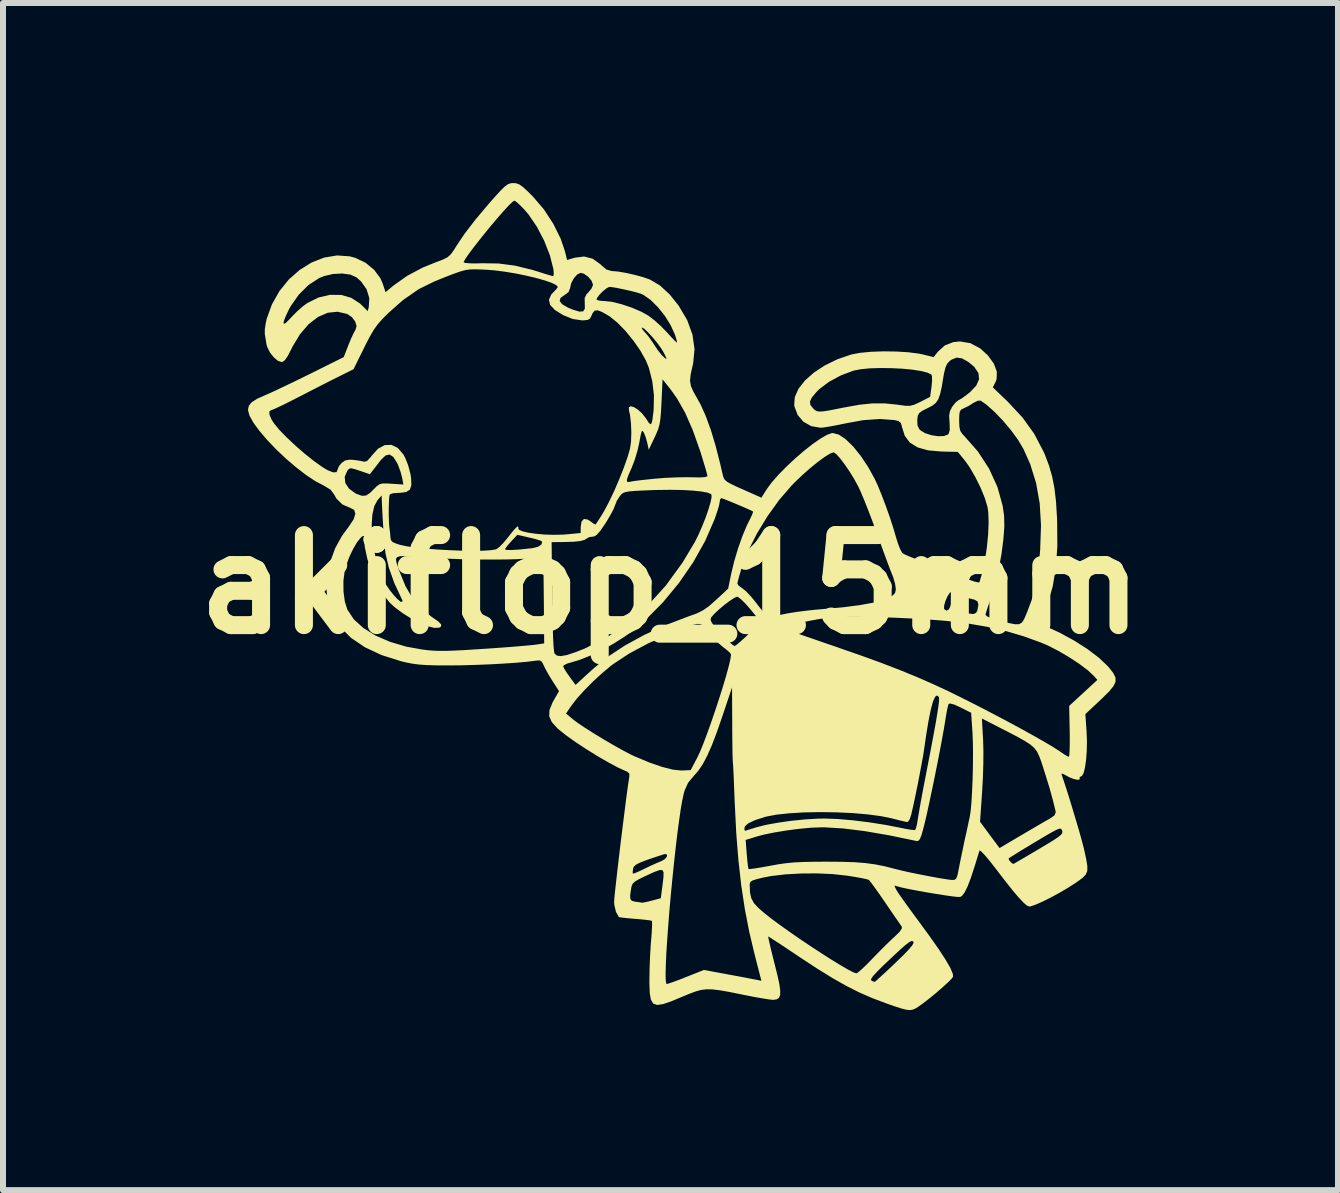
<source format=kicad_pcb>
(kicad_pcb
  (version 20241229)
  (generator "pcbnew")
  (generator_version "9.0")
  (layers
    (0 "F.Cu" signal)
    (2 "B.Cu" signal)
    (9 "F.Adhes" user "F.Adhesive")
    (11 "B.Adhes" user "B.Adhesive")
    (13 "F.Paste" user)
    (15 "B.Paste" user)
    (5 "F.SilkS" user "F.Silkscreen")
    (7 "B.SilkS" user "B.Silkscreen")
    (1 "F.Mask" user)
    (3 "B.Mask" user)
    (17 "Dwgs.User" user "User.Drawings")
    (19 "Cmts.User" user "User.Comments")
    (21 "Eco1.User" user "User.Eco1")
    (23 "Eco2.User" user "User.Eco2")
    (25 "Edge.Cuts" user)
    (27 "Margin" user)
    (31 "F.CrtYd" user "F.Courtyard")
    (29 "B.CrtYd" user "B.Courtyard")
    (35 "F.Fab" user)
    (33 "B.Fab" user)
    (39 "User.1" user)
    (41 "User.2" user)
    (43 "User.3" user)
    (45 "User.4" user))
  (footprint "akiflop_15mm"
    (layer "F.Cu")
    (at 8.121 6.687)
    (property "Reference" "akiflop_15mm" (at 0 0 0) (layer "F.SilkS") (effects (font (size 1.5 1.5) (thickness 0.3))))
    (attr board_only exclude_from_pos_files exclude_from_bom)
    (fp_poly (pts (xy -2.565 -6.682) (xy -2.515 -6.662) (xy -2.456 -6.62) (xy -2.378 -6.548) (xy -2.288 -6.458) (xy -2.108 -6.247) (xy -1.952 -6.008) (xy -1.829 -5.76) (xy -1.759 -5.553) (xy -1.722 -5.405) (xy -1.596 -5.443) (xy -1.439 -5.463) (xy -1.295 -5.426) (xy -1.165 -5.332) (xy -1.154 -5.32) (xy -1.065 -5.246) (xy -0.98 -5.221) (xy -0.972 -5.221) (xy -0.868 -5.212) (xy -0.731 -5.188) (xy -0.583 -5.154) (xy -0.445 -5.116) (xy -0.339 -5.078) (xy -0.174 -4.98) (xy -0.013 -4.831) (xy 0.136 -4.645) (xy 0.278 -4.405) (xy 0.367 -4.161) (xy 0.401 -3.919) (xy 0.378 -3.683) (xy 0.37 -3.647) (xy 0.337 -3.502) (xy 0.326 -3.394) (xy 0.341 -3.304) (xy 0.381 -3.213) (xy 0.405 -3.171) (xy 0.503 -2.995) (xy 0.591 -2.797) (xy 0.674 -2.569) (xy 0.754 -2.303) (xy 0.833 -1.991) (xy 0.869 -1.835) (xy 0.882 -1.785) (xy 0.902 -1.747) (xy 0.939 -1.713) (xy 1.003 -1.676) (xy 1.103 -1.628) (xy 1.205 -1.583) (xy 1.515 -1.445) (xy 1.6 -1.58) (xy 1.683 -1.694) (xy 1.795 -1.822) (xy 1.927 -1.957) (xy 2.071 -2.092) (xy 2.22 -2.221) (xy 2.364 -2.335) (xy 2.496 -2.427) (xy 2.608 -2.492) (xy 2.69 -2.521) (xy 2.704 -2.522) (xy 2.804 -2.496) (xy 2.918 -2.42) (xy 3.042 -2.3) (xy 3.169 -2.143) (xy 3.294 -1.955) (xy 3.402 -1.76) (xy 3.457 -1.641) (xy 3.522 -1.481) (xy 3.591 -1.299) (xy 3.658 -1.109) (xy 3.716 -0.929) (xy 3.756 -0.793) (xy 3.791 -0.679) (xy 3.828 -0.585) (xy 3.861 -0.527) (xy 3.867 -0.52) (xy 3.916 -0.493) (xy 4.005 -0.455) (xy 4.118 -0.413) (xy 4.165 -0.397) (xy 4.293 -0.352) (xy 4.453 -0.291) (xy 4.625 -0.222) (xy 4.775 -0.159) (xy 4.945 -0.089) (xy 5.064 -0.047) (xy 5.132 -0.032) (xy 5.149 -0.039) (xy 5.198 -0.206) (xy 5.24 -0.404) (xy 5.272 -0.618) (xy 5.293 -0.833) (xy 5.301 -1.032) (xy 5.295 -1.201) (xy 5.283 -1.288) (xy 5.238 -1.438) (xy 5.166 -1.614) (xy 5.077 -1.793) (xy 4.982 -1.956) (xy 4.905 -2.064) (xy 4.788 -2.207) (xy 4.512 -2.214) (xy 4.29 -2.234) (xy 4.117 -2.283) (xy 3.989 -2.362) (xy 3.904 -2.475) (xy 3.86 -2.614) (xy 3.84 -2.686) (xy 3.803 -2.721) (xy 3.732 -2.738) (xy 3.704 -2.74) (xy 4.112 -2.74) (xy 4.116 -2.646) (xy 4.149 -2.582) (xy 4.162 -2.569) (xy 4.242 -2.52) (xy 4.346 -2.486) (xy 4.457 -2.469) (xy 4.556 -2.472) (xy 4.624 -2.497) (xy 4.633 -2.506) (xy 4.654 -2.573) (xy 4.651 -2.691) (xy 4.65 -2.704) (xy 4.648 -2.73) (xy 4.81 -2.73) (xy 4.814 -2.626) (xy 4.829 -2.558) (xy 4.864 -2.505) (xy 4.895 -2.473) (xy 5.123 -2.214) (xy 5.309 -1.928) (xy 5.448 -1.623) (xy 5.535 -1.309) (xy 5.559 -1.144) (xy 5.563 -0.967) (xy 5.547 -0.751) (xy 5.516 -0.51) (xy 5.47 -0.259) (xy 5.413 -0.013) (xy 5.346 0.212) (xy 5.309 0.316) (xy 5.277 0.407) (xy 5.255 0.48) (xy 5.25 0.508) (xy 5.278 0.534) (xy 5.355 0.567) (xy 5.474 0.602) (xy 5.492 0.607) (xy 5.639 0.644) (xy 5.741 0.664) (xy 5.809 0.663) (xy 5.855 0.637) (xy 5.891 0.582) (xy 5.93 0.493) (xy 5.948 0.447) (xy 6.016 0.267) (xy 6.068 0.092) (xy 6.106 -0.092) (xy 6.136 -0.303) (xy 6.158 -0.556) (xy 6.16 -0.576) (xy 6.174 -0.983) (xy 6.152 -1.351) (xy 6.092 -1.688) (xy 5.994 -2.004) (xy 5.882 -2.255) (xy 5.794 -2.404) (xy 5.677 -2.565) (xy 5.542 -2.726) (xy 5.401 -2.873) (xy 5.267 -2.993) (xy 5.169 -3.062) (xy 5.122 -3.061) (xy 5.055 -3.028) (xy 5.048 -3.024) (xy 4.966 -2.972) (xy 4.887 -2.934) (xy 4.844 -2.913) (xy 4.821 -2.88) (xy 4.812 -2.819) (xy 4.81 -2.73) (xy 4.648 -2.73) (xy 4.643 -2.81) (xy 4.657 -2.887) (xy 4.692 -2.956) (xy 4.744 -3.024) (xy 4.795 -3.067) (xy 4.803 -3.071) (xy 4.853 -3.099) (xy 4.928 -3.153) (xy 4.99 -3.202) (xy 5.095 -3.312) (xy 5.142 -3.418) (xy 5.131 -3.523) (xy 5.06 -3.626) (xy 4.965 -3.705) (xy 4.857 -3.766) (xy 4.769 -3.779) (xy 4.685 -3.746) (xy 4.655 -3.725) (xy 4.612 -3.679) (xy 4.581 -3.613) (xy 4.557 -3.512) (xy 4.547 -3.454) (xy 4.519 -3.286) (xy 4.492 -3.167) (xy 4.462 -3.083) (xy 4.422 -3.025) (xy 4.368 -2.981) (xy 4.293 -2.941) (xy 4.284 -2.937) (xy 4.193 -2.891) (xy 4.144 -2.853) (xy 4.121 -2.809) (xy 4.112 -2.742) (xy 4.112 -2.74) (xy 3.704 -2.74) (xy 3.489 -2.756) (xy 3.208 -2.736) (xy 2.919 -2.683) (xy 2.778 -2.654) (xy 2.649 -2.63) (xy 2.549 -2.614) (xy 2.5 -2.61) (xy 2.345 -2.637) (xy 2.214 -2.711) (xy 2.118 -2.825) (xy 2.065 -2.969) (xy 2.062 -2.988) (xy 2.066 -3.048) (xy 2.324 -3.048) (xy 2.331 -2.991) (xy 2.376 -2.933) (xy 2.407 -2.904) (xy 2.441 -2.886) (xy 2.486 -2.879) (xy 2.554 -2.884) (xy 2.653 -2.9) (xy 2.794 -2.928) (xy 2.89 -2.947) (xy 3.145 -2.993) (xy 3.366 -3.016) (xy 3.573 -3.016) (xy 3.784 -2.994) (xy 3.807 -2.991) (xy 3.916 -2.976) (xy 3.992 -2.976) (xy 4.06 -2.993) (xy 4.144 -3.032) (xy 4.165 -3.042) (xy 4.326 -3.124) (xy 4.35 -3.296) (xy 4.359 -3.395) (xy 4.357 -3.468) (xy 4.348 -3.495) (xy 4.286 -3.527) (xy 4.176 -3.555) (xy 4.031 -3.578) (xy 3.862 -3.594) (xy 3.679 -3.603) (xy 3.496 -3.605) (xy 3.323 -3.6) (xy 3.171 -3.585) (xy 3.052 -3.562) (xy 3.048 -3.561) (xy 2.839 -3.482) (xy 2.644 -3.377) (xy 2.484 -3.257) (xy 2.434 -3.208) (xy 2.357 -3.116) (xy 2.324 -3.048) (xy 2.066 -3.048) (xy 2.072 -3.122) (xy 2.134 -3.261) (xy 2.242 -3.398) (xy 2.39 -3.529) (xy 2.571 -3.648) (xy 2.779 -3.75) (xy 3.009 -3.829) (xy 3.024 -3.833) (xy 3.164 -3.859) (xy 3.345 -3.876) (xy 3.549 -3.883) (xy 3.759 -3.88) (xy 3.958 -3.868) (xy 4.128 -3.847) (xy 4.194 -3.834) (xy 4.385 -3.787) (xy 4.453 -3.874) (xy 4.57 -3.981) (xy 4.713 -4.037) (xy 4.825 -4.048) (xy 4.997 -4.019) (xy 5.16 -3.933) (xy 5.287 -3.817) (xy 5.389 -3.677) (xy 5.438 -3.544) (xy 5.434 -3.421) (xy 5.417 -3.375) (xy 5.371 -3.283) (xy 5.62 -3.044) (xy 5.865 -2.781) (xy 6.061 -2.509) (xy 6.215 -2.214) (xy 6.235 -2.17) (xy 6.306 -1.984) (xy 6.359 -1.8) (xy 6.398 -1.603) (xy 6.424 -1.379) (xy 6.44 -1.115) (xy 6.443 -1.041) (xy 6.446 -0.636) (xy 6.421 -0.279) (xy 6.369 0.034) (xy 6.289 0.308) (xy 6.216 0.478) (xy 6.131 0.649) (xy 6.241 0.693) (xy 6.488 0.806) (xy 6.728 0.937) (xy 6.949 1.078) (xy 7.139 1.223) (xy 7.287 1.363) (xy 7.312 1.392) (xy 7.379 1.479) (xy 7.415 1.553) (xy 7.416 1.622) (xy 7.38 1.697) (xy 7.305 1.788) (xy 7.187 1.904) (xy 7.167 1.923) (xy 6.913 2.161) (xy 6.933 2.449) (xy 6.939 2.613) (xy 6.936 2.775) (xy 6.925 2.924) (xy 6.907 3.05) (xy 6.884 3.143) (xy 6.856 3.192) (xy 6.844 3.197) (xy 6.816 3.212) (xy 6.819 3.226) (xy 6.817 3.251) (xy 6.776 3.255) (xy 6.711 3.24) (xy 6.636 3.209) (xy 6.605 3.191) (xy 6.539 3.156) (xy 6.515 3.156) (xy 6.517 3.169) (xy 6.551 3.268) (xy 6.597 3.409) (xy 6.651 3.579) (xy 6.707 3.765) (xy 6.763 3.952) (xy 6.815 4.129) (xy 6.857 4.281) (xy 6.887 4.396) (xy 6.894 4.425) (xy 6.928 4.582) (xy 6.946 4.694) (xy 6.945 4.774) (xy 6.92 4.834) (xy 6.869 4.888) (xy 6.787 4.948) (xy 6.73 4.987) (xy 6.607 5.065) (xy 6.468 5.146) (xy 6.327 5.222) (xy 6.194 5.288) (xy 6.082 5.337) (xy 6.002 5.364) (xy 5.979 5.367) (xy 5.94 5.352) (xy 5.882 5.302) (xy 5.801 5.216) (xy 5.695 5.091) (xy 5.562 4.922) (xy 5.413 4.728) (xy 5.323 4.613) (xy 5.283 4.565) (xy 5.635 4.565) (xy 5.639 4.591) (xy 5.67 4.628) (xy 5.704 4.655) (xy 5.716 4.657) (xy 5.747 4.64) (xy 5.818 4.598) (xy 5.921 4.538) (xy 6.046 4.464) (xy 6.101 4.432) (xy 6.261 4.336) (xy 6.378 4.265) (xy 6.456 4.213) (xy 6.504 4.175) (xy 6.526 4.146) (xy 6.53 4.121) (xy 6.524 4.096) (xy 6.508 4.072) (xy 6.478 4.07) (xy 6.423 4.093) (xy 6.339 4.138) (xy 6.268 4.179) (xy 6.167 4.239) (xy 6.049 4.309) (xy 5.927 4.383) (xy 5.812 4.453) (xy 5.716 4.513) (xy 5.652 4.553) (xy 5.635 4.565) (xy 5.283 4.565) (xy 5.245 4.52) (xy 5.187 4.458) (xy 5.154 4.432) (xy 5.149 4.435) (xy 5.135 4.48) (xy 5.109 4.564) (xy 5.077 4.669) (xy 5.074 4.678) (xy 5.008 4.882) (xy 4.951 5.032) (xy 4.901 5.133) (xy 4.856 5.191) (xy 4.826 5.208) (xy 4.78 5.207) (xy 4.689 5.197) (xy 4.564 5.179) (xy 4.418 5.156) (xy 4.262 5.13) (xy 4.109 5.102) (xy 3.971 5.076) (xy 3.859 5.052) (xy 3.786 5.033) (xy 3.773 5.029) (xy 3.739 5.018) (xy 3.736 5.035) (xy 3.764 5.091) (xy 3.765 5.092) (xy 3.797 5.143) (xy 3.858 5.231) (xy 3.941 5.347) (xy 4.038 5.48) (xy 4.117 5.587) (xy 4.311 5.852) (xy 4.468 6.075) (xy 4.586 6.256) (xy 4.665 6.394) (xy 4.705 6.49) (xy 4.709 6.537) (xy 4.68 6.575) (xy 4.615 6.639) (xy 4.525 6.721) (xy 4.421 6.811) (xy 4.312 6.9) (xy 4.21 6.979) (xy 4.126 7.039) (xy 4.086 7.064) (xy 4.04 7.084) (xy 3.993 7.093) (xy 3.932 7.087) (xy 3.847 7.066) (xy 3.727 7.027) (xy 3.593 6.98) (xy 3.365 6.894) (xy 3.147 6.799) (xy 2.929 6.689) (xy 2.726 6.574) (xy 3.343 6.574) (xy 3.345 6.6) (xy 3.348 6.602) (xy 3.393 6.621) (xy 3.405 6.621) (xy 3.432 6.599) (xy 3.493 6.544) (xy 3.581 6.463) (xy 3.688 6.363) (xy 3.749 6.305) (xy 3.882 6.176) (xy 3.974 6.08) (xy 4.029 6.014) (xy 4.051 5.971) (xy 4.049 5.956) (xy 4.033 5.942) (xy 4.009 5.944) (xy 3.97 5.966) (xy 3.912 6.011) (xy 3.828 6.085) (xy 3.713 6.192) (xy 3.562 6.335) (xy 3.553 6.343) (xy 3.444 6.451) (xy 3.375 6.526) (xy 3.343 6.574) (xy 2.726 6.574) (xy 2.698 6.558) (xy 2.444 6.401) (xy 2.177 6.226) (xy 2.02 6.121) (xy 1.881 6.028) (xy 1.765 5.952) (xy 1.681 5.898) (xy 1.635 5.869) (xy 1.629 5.866) (xy 1.632 5.893) (xy 1.648 5.967) (xy 1.674 6.078) (xy 1.708 6.216) (xy 1.729 6.299) (xy 1.78 6.503) (xy 1.814 6.658) (xy 1.829 6.77) (xy 1.827 6.846) (xy 1.806 6.892) (xy 1.766 6.915) (xy 1.708 6.922) (xy 1.705 6.922) (xy 1.649 6.916) (xy 1.548 6.9) (xy 1.414 6.877) (xy 1.259 6.847) (xy 1.187 6.832) (xy 0.983 6.791) (xy 0.825 6.763) (xy 0.701 6.748) (xy 0.598 6.746) (xy 0.505 6.758) (xy 0.411 6.785) (xy 0.302 6.826) (xy 0.193 6.872) (xy 0.01 6.948) (xy -0.126 6.994) (xy -0.224 7.007) (xy -0.288 6.984) (xy -0.326 6.919) (xy -0.345 6.811) (xy -0.351 6.656) (xy -0.351 6.575) (xy -0.349 6.481) (xy -0.081 6.481) (xy -0.079 6.589) (xy -0.071 6.648) (xy -0.063 6.658) (xy -0.024 6.648) (xy 0.057 6.62) (xy 0.167 6.579) (xy 0.263 6.541) (xy 0.557 6.424) (xy 0.946 6.496) (xy 1.098 6.524) (xy 1.237 6.55) (xy 1.349 6.572) (xy 1.418 6.585) (xy 1.425 6.586) (xy 1.515 6.605) (xy 1.403 6.169) (xy 1.313 5.791) (xy 1.239 5.409) (xy 1.179 5.013) (xy 1.179 5.013) (xy 1.32 5.013) (xy 1.326 5.138) (xy 1.348 5.233) (xy 1.394 5.315) (xy 1.474 5.399) (xy 1.568 5.48) (xy 1.685 5.572) (xy 1.83 5.679) (xy 1.993 5.795) (xy 2.168 5.916) (xy 2.347 6.036) (xy 2.523 6.151) (xy 2.689 6.257) (xy 2.837 6.347) (xy 2.959 6.418) (xy 3.048 6.464) (xy 3.098 6.481) (xy 3.13 6.461) (xy 3.192 6.407) (xy 3.276 6.327) (xy 3.361 6.239) (xy 3.472 6.125) (xy 3.585 6.012) (xy 3.685 5.915) (xy 3.737 5.868) (xy 3.82 5.786) (xy 3.856 5.73) (xy 3.854 5.703) (xy 3.829 5.666) (xy 3.777 5.591) (xy 3.705 5.487) (xy 3.62 5.363) (xy 3.58 5.304) (xy 3.492 5.176) (xy 3.413 5.065) (xy 3.351 4.98) (xy 3.312 4.931) (xy 3.304 4.923) (xy 3.265 4.911) (xy 3.18 4.893) (xy 3.063 4.872) (xy 2.943 4.853) (xy 2.707 4.827) (xy 2.443 4.815) (xy 2.171 4.817) (xy 1.908 4.832) (xy 1.673 4.86) (xy 1.547 4.884) (xy 1.434 4.912) (xy 1.366 4.934) (xy 1.332 4.958) (xy 1.321 4.99) (xy 1.32 5.013) (xy 1.179 5.013) (xy 1.132 4.593) (xy 1.105 4.258) (xy 1.253 4.258) (xy 1.271 4.494) (xy 1.281 4.606) (xy 1.291 4.692) (xy 1.3 4.739) (xy 1.302 4.743) (xy 1.333 4.742) (xy 1.411 4.732) (xy 1.523 4.713) (xy 1.658 4.689) (xy 1.661 4.688) (xy 1.8 4.663) (xy 1.929 4.645) (xy 2.062 4.632) (xy 2.213 4.625) (xy 2.397 4.621) (xy 2.596 4.62) (xy 2.854 4.622) (xy 3.067 4.629) (xy 3.248 4.643) (xy 3.41 4.665) (xy 3.567 4.696) (xy 3.732 4.738) (xy 3.748 4.742) (xy 3.844 4.766) (xy 3.975 4.796) (xy 4.127 4.827) (xy 4.285 4.858) (xy 4.436 4.886) (xy 4.566 4.908) (xy 4.66 4.922) (xy 4.694 4.925) (xy 4.736 4.921) (xy 4.763 4.899) (xy 4.782 4.845) (xy 4.802 4.745) (xy 4.803 4.744) (xy 4.825 4.63) (xy 4.855 4.484) (xy 4.887 4.332) (xy 4.897 4.282) (xy 4.928 4.144) (xy 4.957 4.01) (xy 4.969 3.954) (xy 5.158 3.954) (xy 5.32 4.174) (xy 5.483 4.393) (xy 5.862 4.169) (xy 6.004 4.086) (xy 6.135 4.009) (xy 6.244 3.946) (xy 6.319 3.903) (xy 6.336 3.893) (xy 6.4 3.847) (xy 6.419 3.799) (xy 6.416 3.776) (xy 6.373 3.6) (xy 6.317 3.396) (xy 6.242 3.153) (xy 6.219 3.08) (xy 6.179 2.956) (xy 6.144 2.861) (xy 6.107 2.785) (xy 6.059 2.722) (xy 5.992 2.665) (xy 5.9 2.606) (xy 5.775 2.536) (xy 5.608 2.449) (xy 5.535 2.412) (xy 5.189 2.234) (xy 5.209 2.591) (xy 5.214 2.766) (xy 5.213 2.979) (xy 5.206 3.207) (xy 5.194 3.431) (xy 5.193 3.451) (xy 5.158 3.954) (xy 4.969 3.954) (xy 4.98 3.904) (xy 4.987 3.872) (xy 5.002 3.773) (xy 5.015 3.629) (xy 5.025 3.45) (xy 5.034 3.251) (xy 5.039 3.042) (xy 5.041 2.837) (xy 5.039 2.648) (xy 5.033 2.488) (xy 5.031 2.455) (xy 5.01 2.139) (xy 4.833 2.05) (xy 4.723 2) (xy 4.657 1.984) (xy 4.635 1.993) (xy 4.621 2.036) (xy 4.603 2.121) (xy 4.584 2.232) (xy 4.579 2.267) (xy 4.557 2.398) (xy 4.526 2.571) (xy 4.488 2.774) (xy 4.445 2.996) (xy 4.399 3.225) (xy 4.352 3.45) (xy 4.308 3.659) (xy 4.268 3.842) (xy 4.234 3.986) (xy 4.216 4.057) (xy 4.184 4.171) (xy 4.158 4.239) (xy 4.134 4.27) (xy 4.105 4.276) (xy 4.094 4.274) (xy 3.636 4.179) (xy 3.231 4.11) (xy 2.875 4.066) (xy 2.568 4.048) (xy 2.506 4.048) (xy 2.343 4.054) (xy 2.149 4.072) (xy 1.941 4.099) (xy 1.738 4.132) (xy 1.561 4.168) (xy 1.451 4.197) (xy 1.253 4.258) (xy 1.105 4.258) (xy 1.096 4.139) (xy 1.092 4.063) (xy 1.232 4.063) (xy 1.236 4.101) (xy 1.239 4.106) (xy 1.269 4.098) (xy 1.339 4.076) (xy 1.432 4.047) (xy 1.589 4.007) (xy 1.788 3.971) (xy 2.01 3.939) (xy 2.238 3.916) (xy 2.455 3.903) (xy 2.566 3.901) (xy 2.786 3.909) (xy 3.043 3.931) (xy 3.317 3.965) (xy 3.588 4.008) (xy 3.795 4.048) (xy 3.912 4.072) (xy 4.007 4.088) (xy 4.066 4.093) (xy 4.077 4.092) (xy 4.092 4.057) (xy 4.11 3.984) (xy 4.119 3.924) (xy 4.131 3.85) (xy 4.152 3.729) (xy 4.18 3.572) (xy 4.214 3.39) (xy 4.252 3.193) (xy 4.268 3.109) (xy 4.329 2.795) (xy 4.378 2.535) (xy 4.417 2.324) (xy 4.445 2.158) (xy 4.464 2.035) (xy 4.474 1.949) (xy 4.476 1.897) (xy 4.472 1.876) (xy 4.44 1.85) (xy 4.408 1.875) (xy 4.373 1.953) (xy 4.338 2.085) (xy 4.3 2.271) (xy 4.26 2.514) (xy 4.229 2.728) (xy 4.213 2.835) (xy 4.186 2.984) (xy 4.153 3.159) (xy 4.117 3.345) (xy 4.08 3.527) (xy 4.045 3.69) (xy 4.016 3.817) (xy 4.012 3.835) (xy 3.987 3.91) (xy 3.959 3.954) (xy 3.948 3.959) (xy 3.906 3.952) (xy 3.823 3.933) (xy 3.717 3.906) (xy 3.696 3.9) (xy 3.512 3.862) (xy 3.287 3.832) (xy 3.034 3.81) (xy 2.765 3.798) (xy 2.49 3.794) (xy 2.224 3.799) (xy 1.977 3.814) (xy 1.762 3.837) (xy 1.591 3.87) (xy 1.569 3.876) (xy 1.406 3.929) (xy 1.298 3.98) (xy 1.242 4.029) (xy 1.232 4.063) (xy 1.092 4.063) (xy 1.071 3.638) (xy 1.067 3.549) (xy 1.06 3.374) (xy 1.054 3.218) (xy 1.048 3.09) (xy 1.043 3.002) (xy 1.039 2.962) (xy 1.037 2.921) (xy 1.034 2.83) (xy 1.032 2.7) (xy 1.03 2.539) (xy 1.029 2.358) (xy 1.029 2.317) (xy 1.026 1.716) (xy 0.865 2.196) (xy 0.773 2.462) (xy 0.69 2.679) (xy 0.614 2.852) (xy 0.541 2.991) (xy 0.467 3.101) (xy 0.39 3.19) (xy 0.296 3.302) (xy 0.239 3.426) (xy 0.222 3.484) (xy 0.197 3.598) (xy 0.17 3.752) (xy 0.143 3.941) (xy 0.114 4.158) (xy 0.086 4.397) (xy 0.058 4.652) (xy 0.031 4.915) (xy 0.005 5.182) (xy -0.018 5.444) (xy -0.038 5.697) (xy -0.055 5.934) (xy -0.069 6.147) (xy -0.077 6.332) (xy -0.081 6.481) (xy -0.349 6.481) (xy -0.348 6.397) (xy -0.34 6.199) (xy -0.329 6.013) (xy -0.322 5.926) (xy -0.312 5.799) (xy -0.307 5.694) (xy -0.306 5.626) (xy -0.309 5.606) (xy -0.343 5.598) (xy -0.421 5.588) (xy -0.53 5.577) (xy -0.587 5.573) (xy -0.704 5.563) (xy -0.797 5.553) (xy -0.852 5.544) (xy -0.861 5.541) (xy -0.909 5.454) (xy -0.936 5.337) (xy -0.939 5.286) (xy -0.935 5.232) (xy -0.93 5.177) (xy -0.671 5.177) (xy -0.669 5.239) (xy -0.646 5.271) (xy -0.596 5.285) (xy -0.579 5.288) (xy -0.51 5.297) (xy -0.47 5.303) (xy -0.469 5.303) (xy -0.435 5.298) (xy -0.363 5.282) (xy -0.308 5.268) (xy -0.161 5.229) (xy -0.13 4.99) (xy -0.116 4.872) (xy -0.115 4.796) (xy -0.135 4.76) (xy -0.184 4.76) (xy -0.271 4.792) (xy -0.402 4.852) (xy -0.413 4.857) (xy -0.524 4.911) (xy -0.592 4.951) (xy -0.63 4.988) (xy -0.649 5.033) (xy -0.656 5.07) (xy -0.671 5.177) (xy -0.93 5.177) (xy -0.925 5.129) (xy -0.909 4.985) (xy -0.889 4.809) (xy -0.888 4.795) (xy -0.63 4.795) (xy -0.626 4.819) (xy -0.597 4.812) (xy -0.53 4.784) (xy -0.439 4.741) (xy -0.432 4.737) (xy -0.323 4.685) (xy -0.221 4.639) (xy -0.154 4.612) (xy -0.097 4.58) (xy -0.062 4.54) (xy -0.055 4.506) (xy -0.081 4.492) (xy -0.11 4.497) (xy -0.29 4.556) (xy -0.422 4.602) (xy -0.513 4.638) (xy -0.571 4.668) (xy -0.604 4.696) (xy -0.62 4.724) (xy -0.623 4.737) (xy -0.63 4.795) (xy -0.888 4.795) (xy -0.866 4.61) (xy -0.841 4.396) (xy -0.814 4.177) (xy -0.787 3.96) (xy -0.761 3.755) (xy -0.738 3.571) (xy -0.717 3.415) (xy -0.7 3.297) (xy -0.689 3.226) (xy -0.687 3.219) (xy -0.684 3.156) (xy -0.719 3.121) (xy -0.741 3.112) (xy -0.868 3.055) (xy -1.027 2.97) (xy -1.206 2.867) (xy -1.391 2.752) (xy -1.57 2.635) (xy -1.728 2.523) (xy -1.852 2.425) (xy -1.884 2.397) (xy -1.977 2.295) (xy -2.02 2.198) (xy -2.018 2.151) (xy -1.74 2.151) (xy -1.625 2.248) (xy -1.544 2.309) (xy -1.423 2.39) (xy -1.275 2.484) (xy -1.113 2.582) (xy -0.949 2.678) (xy -0.795 2.764) (xy -0.665 2.833) (xy -0.601 2.863) (xy -0.355 2.966) (xy -0.139 3.041) (xy 0.042 3.087) (xy 0.18 3.101) (xy 0.191 3.101) (xy 0.337 3.094) (xy 0.445 2.889) (xy 0.492 2.79) (xy 0.548 2.653) (xy 0.61 2.489) (xy 0.676 2.305) (xy 0.743 2.109) (xy 0.808 1.912) (xy 0.869 1.72) (xy 0.922 1.543) (xy 0.964 1.39) (xy 0.994 1.268) (xy 1.008 1.186) (xy 1.006 1.159) (xy 0.978 1.126) (xy 0.917 1.075) (xy 0.878 1.046) (xy 0.797 0.976) (xy 0.706 0.881) (xy 0.641 0.801) (xy 0.592 0.735) (xy 0.55 0.689) (xy 0.505 0.664) (xy 0.449 0.658) (xy 0.373 0.674) (xy 0.267 0.71) (xy 0.122 0.767) (xy -0.012 0.822) (xy -0.376 0.985) (xy -0.691 1.154) (xy -0.953 1.327) (xy -0.987 1.352) (xy -1.132 1.473) (xy -1.284 1.612) (xy -1.428 1.757) (xy -1.552 1.893) (xy -1.641 2.007) (xy -1.74 2.151) (xy -2.018 2.151) (xy -2.016 2.094) (xy -1.965 1.968) (xy -1.94 1.923) (xy -1.857 1.778) (xy -1.965 1.61) (xy -2.028 1.508) (xy -2.082 1.411) (xy -2.106 1.362) (xy -1.788 1.362) (xy -1.772 1.401) (xy -1.729 1.47) (xy -1.684 1.534) (xy -1.581 1.675) (xy -1.385 1.494) (xy -1.274 1.395) (xy -1.159 1.298) (xy -1.06 1.218) (xy -1.041 1.204) (xy -0.762 1.02) (xy -0.439 0.843) (xy -0.086 0.681) (xy 0.151 0.59) (xy 0.668 0.59) (xy 0.686 0.634) (xy 0.733 0.698) (xy 0.815 0.792) (xy 0.839 0.818) (xy 0.925 0.908) (xy 1 0.978) (xy 1.051 1.019) (xy 1.067 1.027) (xy 1.101 1.007) (xy 1.165 0.954) (xy 1.249 0.877) (xy 1.302 0.825) (xy 1.412 0.713) (xy 1.816 0.713) (xy 2.103 0.813) (xy 2.243 0.862) (xy 2.417 0.922) (xy 2.604 0.987) (xy 2.783 1.048) (xy 2.801 1.055) (xy 3.186 1.189) (xy 3.524 1.312) (xy 3.827 1.429) (xy 4.106 1.543) (xy 4.37 1.659) (xy 4.631 1.78) (xy 4.81 1.868) (xy 5.065 1.996) (xy 5.321 2.128) (xy 5.572 2.26) (xy 5.81 2.388) (xy 6.026 2.507) (xy 6.214 2.614) (xy 6.365 2.703) (xy 6.473 2.772) (xy 6.487 2.782) (xy 6.562 2.833) (xy 6.619 2.866) (xy 6.637 2.873) (xy 6.645 2.846) (xy 6.65 2.77) (xy 6.653 2.657) (xy 6.653 2.516) (xy 6.652 2.45) (xy 6.643 2.025) (xy 6.878 1.808) (xy 7.113 1.591) (xy 7.054 1.525) (xy 6.954 1.431) (xy 6.813 1.325) (xy 6.646 1.215) (xy 6.468 1.11) (xy 6.292 1.02) (xy 6.173 0.969) (xy 5.882 0.864) (xy 5.587 0.777) (xy 5.279 0.707) (xy 4.948 0.65) (xy 4.586 0.607) (xy 4.184 0.576) (xy 3.74 0.555) (xy 3.459 0.545) (xy 3.228 0.539) (xy 3.037 0.537) (xy 2.875 0.539) (xy 2.734 0.547) (xy 2.603 0.559) (xy 2.474 0.578) (xy 2.337 0.603) (xy 2.182 0.635) (xy 2.177 0.636) (xy 1.816 0.713) (xy 1.412 0.713) (xy 1.502 0.623) (xy 1.331 0.414) (xy 1.251 0.322) (xy 1.179 0.251) (xy 1.126 0.21) (xy 1.111 0.205) (xy 1.065 0.224) (xy 0.991 0.272) (xy 0.902 0.339) (xy 0.812 0.414) (xy 0.735 0.486) (xy 0.683 0.544) (xy 0.675 0.557) (xy 0.668 0.59) (xy 0.151 0.59) (xy 0.282 0.54) (xy 0.313 0.529) (xy 0.443 0.482) (xy 0.544 0.431) (xy 0.64 0.364) (xy 0.75 0.267) (xy 0.758 0.26) (xy 0.961 0.071) (xy 0.978 -0.01) (xy 1.115 -0.01) (xy 1.137 0.021) (xy 1.193 0.063) (xy 1.203 0.069) (xy 1.26 0.116) (xy 1.337 0.197) (xy 1.42 0.297) (xy 1.453 0.341) (xy 1.54 0.452) (xy 1.603 0.519) (xy 1.648 0.545) (xy 1.666 0.545) (xy 1.717 0.532) (xy 1.809 0.512) (xy 1.922 0.489) (xy 1.95 0.483) (xy 2.075 0.463) (xy 2.237 0.441) (xy 2.414 0.422) (xy 2.566 0.409) (xy 2.878 0.381) (xy 3.062 0.357) (xy 4.559 0.357) (xy 4.559 0.407) (xy 4.56 0.41) (xy 4.6 0.439) (xy 4.615 0.429) (xy 4.814 0.429) (xy 4.843 0.46) (xy 4.912 0.478) (xy 5.029 0.492) (xy 5.049 0.494) (xy 5.093 0.473) (xy 5.114 0.433) (xy 5.131 0.339) (xy 5.116 0.283) (xy 5.064 0.254) (xy 5.052 0.251) (xy 4.974 0.232) (xy 4.923 0.218) (xy 4.88 0.227) (xy 4.845 0.29) (xy 4.843 0.297) (xy 4.817 0.378) (xy 4.814 0.429) (xy 4.615 0.429) (xy 4.64 0.414) (xy 4.66 0.374) (xy 4.699 0.254) (xy 4.712 0.168) (xy 4.699 0.122) (xy 4.684 0.117) (xy 4.651 0.143) (xy 4.613 0.204) (xy 4.579 0.283) (xy 4.559 0.357) (xy 3.062 0.357) (xy 3.146 0.347) (xy 3.366 0.307) (xy 3.535 0.263) (xy 3.621 0.229) (xy 3.702 0.185) (xy 3.741 0.145) (xy 3.754 0.092) (xy 3.754 0.07) (xy 3.742 -0.013) (xy 3.712 -0.117) (xy 3.693 -0.166) (xy 3.664 -0.238) (xy 3.62 -0.354) (xy 3.565 -0.503) (xy 3.503 -0.673) (xy 3.438 -0.853) (xy 3.433 -0.866) (xy 3.365 -1.053) (xy 3.295 -1.235) (xy 3.23 -1.4) (xy 3.173 -1.536) (xy 3.13 -1.629) (xy 3.062 -1.754) (xy 2.984 -1.881) (xy 2.903 -1.999) (xy 2.828 -2.098) (xy 2.765 -2.169) (xy 2.722 -2.199) (xy 2.718 -2.2) (xy 2.661 -2.18) (xy 2.572 -2.126) (xy 2.461 -2.045) (xy 2.335 -1.943) (xy 2.204 -1.828) (xy 2.078 -1.708) (xy 2.019 -1.648) (xy 1.811 -1.407) (xy 1.616 -1.135) (xy 1.441 -0.848) (xy 1.296 -0.561) (xy 1.19 -0.288) (xy 1.177 -0.246) (xy 1.146 -0.141) (xy 1.124 -0.058) (xy 1.115 -0.013) (xy 1.115 -0.01) (xy 0.978 -0.01) (xy 1.012 -0.177) (xy 1.061 -0.381) (xy 1.125 -0.596) (xy 1.198 -0.803) (xy 1.273 -0.983) (xy 1.313 -1.063) (xy 1.352 -1.142) (xy 1.374 -1.198) (xy 1.376 -1.214) (xy 1.342 -1.232) (xy 1.27 -1.265) (xy 1.173 -1.307) (xy 1.068 -1.351) (xy 0.968 -1.392) (xy 0.89 -1.423) (xy 0.848 -1.437) (xy 0.845 -1.437) (xy 0.826 -1.413) (xy 0.821 -1.379) (xy 0.812 -1.326) (xy 0.786 -1.235) (xy 0.748 -1.123) (xy 0.734 -1.083) (xy 0.579 -0.726) (xy 0.379 -0.369) (xy 0.141 -0.023) (xy -0.126 0.3) (xy -0.413 0.589) (xy -0.711 0.833) (xy -0.771 0.875) (xy -0.951 0.989) (xy -1.148 1.097) (xy -1.343 1.19) (xy -1.521 1.26) (xy -1.639 1.295) (xy -1.723 1.32) (xy -1.777 1.347) (xy -1.788 1.362) (xy -2.106 1.362) (xy -2.112 1.349) (xy -2.143 1.288) (xy -2.181 1.266) (xy -2.251 1.271) (xy -2.259 1.273) (xy -2.39 1.289) (xy -2.566 1.305) (xy -2.775 1.319) (xy -3.005 1.332) (xy -3.243 1.341) (xy -3.476 1.348) (xy -3.691 1.35) (xy -3.714 1.35) (xy -3.913 1.349) (xy -4.067 1.344) (xy -4.191 1.335) (xy -4.3 1.321) (xy -4.407 1.3) (xy -4.493 1.279) (xy -4.815 1.177) (xy -5.092 1.047) (xy -5.322 0.891) (xy -5.502 0.711) (xy -5.633 0.508) (xy -5.711 0.285) (xy -5.735 0.044) (xy -5.726 -0.061) (xy -5.449 -0.061) (xy -5.448 0.12) (xy -5.425 0.289) (xy -5.382 0.424) (xy -5.381 0.424) (xy -5.275 0.583) (xy -5.116 0.727) (xy -4.913 0.853) (xy -4.672 0.957) (xy -4.399 1.038) (xy -4.136 1.085) (xy -4.041 1.097) (xy -3.951 1.104) (xy -3.854 1.108) (xy -3.743 1.108) (xy -3.607 1.103) (xy -3.437 1.095) (xy -3.225 1.081) (xy -3.05 1.07) (xy -2.85 1.056) (xy -2.661 1.042) (xy -2.494 1.028) (xy -2.359 1.016) (xy -2.268 1.007) (xy -2.247 1.004) (xy -2.104 0.983) (xy -2.11 0.265) (xy -2.112 0.066) (xy -2.114 -0.112) (xy -2.116 -0.262) (xy -2.119 -0.375) (xy -2.121 -0.444) (xy -2.123 -0.461) (xy -2.153 -0.46) (xy -2.225 -0.452) (xy -2.304 -0.439) (xy -2.413 -0.428) (xy -2.571 -0.42) (xy -2.766 -0.415) (xy -2.989 -0.414) (xy -3.229 -0.415) (xy -3.476 -0.42) (xy -3.72 -0.429) (xy -3.951 -0.44) (xy -4.099 -0.45) (xy -4.284 -0.464) (xy -4.417 -0.471) (xy -4.505 -0.47) (xy -4.555 -0.454) (xy -4.574 -0.423) (xy -4.567 -0.371) (xy -4.543 -0.295) (xy -4.521 -0.231) (xy -4.416 0.027) (xy -4.295 0.236) (xy -4.151 0.405) (xy -3.977 0.542) (xy -3.967 0.549) (xy -3.869 0.617) (xy -3.821 0.667) (xy -3.822 0.702) (xy -3.854 0.721) (xy -3.931 0.725) (xy -4.043 0.697) (xy -4.176 0.643) (xy -4.32 0.568) (xy -4.464 0.478) (xy -4.596 0.379) (xy -4.676 0.306) (xy -4.786 0.168) (xy -4.89 -0.01) (xy -4.98 -0.213) (xy -5.05 -0.423) (xy -5.093 -0.622) (xy -5.103 -0.751) (xy -5.107 -0.805) (xy -5.125 -0.808) (xy -5.159 -0.78) (xy -5.22 -0.705) (xy -5.287 -0.591) (xy -5.351 -0.457) (xy -5.402 -0.32) (xy -5.427 -0.232) (xy -5.449 -0.061) (xy -5.726 -0.061) (xy -5.72 -0.131) (xy -5.665 -0.386) (xy -5.585 -0.606) (xy -5.472 -0.81) (xy -5.356 -0.968) (xy -5.342 -0.989) (xy -4.978 -0.989) (xy -4.97 -0.796) (xy -4.943 -0.592) (xy -4.899 -0.391) (xy -4.839 -0.203) (xy -4.765 -0.038) (xy -4.743 -0.002) (xy -4.681 0.09) (xy -4.611 0.178) (xy -4.546 0.248) (xy -4.496 0.289) (xy -4.482 0.293) (xy -4.463 0.277) (xy -4.464 0.271) (xy -4.599 -0.017) (xy -4.692 -0.278) (xy -4.749 -0.523) (xy -4.767 -0.675) (xy -4.776 -0.804) (xy -4.786 -0.959) (xy -4.796 -1.12) (xy -4.804 -1.267) (xy -4.809 -1.381) (xy -4.81 -1.408) (xy -4.812 -1.481) (xy -4.882 -1.402) (xy -4.935 -1.304) (xy -4.967 -1.162) (xy -4.978 -0.989) (xy -5.342 -0.989) (xy -5.279 -1.084) (xy -5.25 -1.176) (xy -5.27 -1.241) (xy -5.337 -1.276) (xy -5.466 -1.332) (xy -5.566 -1.43) (xy -5.602 -1.495) (xy -5.662 -1.577) (xy -5.77 -1.643) (xy -5.916 -1.72) (xy -6.025 -1.792) (xy -5.428 -1.792) (xy -5.417 -1.689) (xy -5.356 -1.595) (xy -5.249 -1.517) (xy -5.225 -1.506) (xy -5.139 -1.476) (xy -5.073 -1.48) (xy -5.006 -1.524) (xy -4.951 -1.578) (xy -4.893 -1.637) (xy -4.846 -1.669) (xy -4.79 -1.682) (xy -4.705 -1.681) (xy -4.648 -1.677) (xy -4.45 -1.664) (xy -4.471 -1.778) (xy -4.497 -1.876) (xy -4.538 -1.987) (xy -4.555 -2.024) (xy -4.617 -2.123) (xy -4.68 -2.164) (xy -4.747 -2.148) (xy -4.823 -2.075) (xy -4.83 -2.067) (xy -4.892 -1.986) (xy -4.947 -1.915) (xy -4.96 -1.898) (xy -5.008 -1.836) (xy -5.176 -1.893) (xy -5.269 -1.923) (xy -5.323 -1.935) (xy -5.354 -1.927) (xy -5.379 -1.901) (xy -5.385 -1.893) (xy -5.428 -1.792) (xy -6.025 -1.792) (xy -6.077 -1.827) (xy -6.244 -1.956) (xy -6.412 -2.1) (xy -6.574 -2.254) (xy -6.721 -2.408) (xy -6.849 -2.558) (xy -6.949 -2.695) (xy -7.015 -2.814) (xy -7.033 -2.882) (xy -6.683 -2.882) (xy -6.681 -2.826) (xy -6.645 -2.744) (xy -6.604 -2.681) (xy -6.514 -2.572) (xy -6.389 -2.444) (xy -6.243 -2.307) (xy -6.088 -2.173) (xy -5.936 -2.052) (xy -5.801 -1.956) (xy -5.713 -1.903) (xy -5.618 -1.866) (xy -5.563 -1.871) (xy -5.543 -1.919) (xy -5.543 -1.922) (xy -5.524 -1.97) (xy -5.477 -2.025) (xy -5.42 -2.065) (xy -5.349 -2.078) (xy -5.279 -2.074) (xy -5.189 -2.062) (xy -5.119 -2.048) (xy -5.103 -2.043) (xy -5.056 -2.055) (xy -4.992 -2.124) (xy -4.978 -2.144) (xy -4.872 -2.261) (xy -4.761 -2.321) (xy -4.649 -2.325) (xy -4.544 -2.274) (xy -4.451 -2.167) (xy -4.419 -2.107) (xy -4.37 -1.983) (xy -4.333 -1.843) (xy -4.322 -1.777) (xy -4.317 -1.656) (xy -4.341 -1.579) (xy -4.403 -1.539) (xy -4.508 -1.525) (xy -4.535 -1.525) (xy -4.617 -1.519) (xy -4.67 -1.503) (xy -4.678 -1.496) (xy -4.686 -1.454) (xy -4.691 -1.371) (xy -4.694 -1.262) (xy -4.694 -1.145) (xy -4.69 -1.036) (xy -4.684 -0.951) (xy -4.68 -0.924) (xy -4.67 -0.848) (xy -4.666 -0.785) (xy -4.658 -0.738) (xy -4.63 -0.706) (xy -4.566 -0.678) (xy -4.501 -0.658) (xy -4.395 -0.635) (xy -4.249 -0.614) (xy -4.075 -0.596) (xy -3.881 -0.581) (xy -3.68 -0.57) (xy -3.48 -0.562) (xy -3.294 -0.559) (xy -3.13 -0.561) (xy -3.001 -0.569) (xy -2.915 -0.582) (xy -2.908 -0.585) (xy -2.757 -0.585) (xy -2.729 -0.574) (xy -2.65 -0.573) (xy -2.526 -0.58) (xy -2.363 -0.597) (xy -2.293 -0.605) (xy -2.207 -0.627) (xy -2.152 -0.662) (xy -2.138 -0.703) (xy -2.138 -0.704) (xy -1.98 -0.704) (xy -1.971 0.195) (xy -1.968 0.465) (xy -1.962 0.697) (xy -1.956 0.886) (xy -1.948 1.028) (xy -1.939 1.118) (xy -1.932 1.151) (xy -1.894 1.186) (xy -1.827 1.195) (xy -1.727 1.177) (xy -1.586 1.131) (xy -1.426 1.068) (xy -1.059 0.883) (xy -0.71 0.645) (xy -0.382 0.356) (xy -0.077 0.019) (xy 0.201 -0.363) (xy 0.405 -0.704) (xy 0.467 -0.828) (xy 0.528 -0.968) (xy 0.585 -1.111) (xy 0.632 -1.247) (xy 0.667 -1.365) (xy 0.685 -1.452) (xy 0.682 -1.5) (xy 0.68 -1.502) (xy 0.625 -1.527) (xy 0.52 -1.547) (xy 0.374 -1.563) (xy 0.193 -1.573) (xy -0.012 -1.576) (xy -0.234 -1.573) (xy -0.293 -1.571) (xy -0.472 -1.564) (xy -0.602 -1.557) (xy -0.691 -1.549) (xy -0.751 -1.538) (xy -0.79 -1.523) (xy -0.817 -1.502) (xy -0.842 -1.473) (xy -0.894 -1.393) (xy -0.925 -1.313) (xy -0.949 -1.252) (xy -0.998 -1.16) (xy -1.062 -1.052) (xy -1.088 -1.01) (xy -1.168 -0.894) (xy -1.228 -0.826) (xy -1.272 -0.798) (xy -1.287 -0.797) (xy -1.354 -0.788) (xy -1.384 -0.771) (xy -1.433 -0.741) (xy -1.505 -0.722) (xy -1.61 -0.711) (xy -1.761 -0.706) (xy -1.774 -0.706) (xy -1.98 -0.704) (xy -2.138 -0.704) (xy -2.15 -0.722) (xy -2.184 -0.736) (xy -2.26 -0.758) (xy -2.358 -0.782) (xy -2.551 -0.826) (xy -2.654 -0.717) (xy -2.713 -0.65) (xy -2.75 -0.6) (xy -2.757 -0.585) (xy -2.908 -0.585) (xy -2.898 -0.588) (xy -2.847 -0.627) (xy -2.778 -0.698) (xy -2.704 -0.788) (xy -2.699 -0.794) (xy -2.633 -0.878) (xy -2.578 -0.94) (xy -2.546 -0.967) (xy -2.543 -0.968) (xy -2.532 -0.95) (xy -2.536 -0.94) (xy -2.526 -0.912) (xy -2.468 -0.885) (xy -2.371 -0.862) (xy -2.245 -0.844) (xy -2.101 -0.831) (xy -1.948 -0.826) (xy -1.796 -0.829) (xy -1.72 -0.835) (xy -1.496 -0.856) (xy -1.496 -0.952) (xy -1.482 -1.046) (xy -1.442 -1.09) (xy -1.38 -1.081) (xy -1.341 -1.056) (xy -1.286 -1.016) (xy -1.253 -0.997) (xy -1.252 -0.997) (xy -1.232 -1.021) (xy -1.19 -1.084) (xy -1.133 -1.175) (xy -1.103 -1.226) (xy -1.025 -1.373) (xy -0.939 -1.553) (xy -0.869 -1.716) (xy -0.726 -1.716) (xy -0.705 -1.705) (xy -0.667 -1.711) (xy -0.613 -1.721) (xy -0.514 -1.734) (xy -0.386 -1.748) (xy -0.258 -1.761) (xy -0.087 -1.775) (xy 0.096 -1.783) (xy 0.264 -1.786) (xy 0.351 -1.785) (xy 0.493 -1.782) (xy 0.58 -1.788) (xy 0.615 -1.803) (xy 0.616 -1.807) (xy 0.607 -1.846) (xy 0.584 -1.93) (xy 0.549 -2.046) (xy 0.507 -2.184) (xy 0.496 -2.218) (xy 0.374 -2.564) (xy 0.246 -2.857) (xy 0.109 -3.099) (xy 0.008 -3.241) (xy -0.132 -3.417) (xy -0.149 -3.036) (xy -0.158 -2.874) (xy -0.168 -2.756) (xy -0.182 -2.666) (xy -0.204 -2.588) (xy -0.237 -2.508) (xy -0.264 -2.449) (xy -0.362 -2.244) (xy -0.386 -2.356) (xy -0.411 -2.447) (xy -0.441 -2.524) (xy -0.445 -2.531) (xy -0.463 -2.557) (xy -0.478 -2.552) (xy -0.492 -2.506) (xy -0.51 -2.413) (xy -0.518 -2.368) (xy -0.551 -2.223) (xy -0.598 -2.067) (xy -0.645 -1.946) (xy -0.697 -1.828) (xy -0.724 -1.754) (xy -0.726 -1.716) (xy -0.869 -1.716) (xy -0.855 -1.749) (xy -0.777 -1.945) (xy -0.714 -2.123) (xy -0.674 -2.262) (xy -0.657 -2.379) (xy -0.652 -2.529) (xy -0.658 -2.685) (xy -0.674 -2.824) (xy -0.691 -2.896) (xy -0.694 -2.95) (xy -0.664 -2.968) (xy -0.612 -2.955) (xy -0.547 -2.915) (xy -0.477 -2.853) (xy -0.414 -2.774) (xy -0.398 -2.75) (xy -0.36 -2.691) (xy -0.333 -2.668) (xy -0.314 -2.687) (xy -0.299 -2.752) (xy -0.285 -2.869) (xy -0.28 -2.918) (xy -0.275 -3.147) (xy -0.303 -3.386) (xy -0.36 -3.609) (xy -0.409 -3.73) (xy -0.5 -3.893) (xy -0.618 -4.062) (xy -0.75 -4.224) (xy -0.79 -4.265) (xy -0.477 -4.265) (xy -0.444 -4.22) (xy -0.427 -4.202) (xy -0.363 -4.127) (xy -0.295 -4.031) (xy -0.269 -3.99) (xy -0.211 -3.902) (xy -0.148 -3.824) (xy -0.093 -3.77) (xy -0.065 -3.755) (xy -0.072 -3.778) (xy -0.099 -3.836) (xy -0.114 -3.866) (xy -0.16 -3.941) (xy -0.226 -4.03) (xy -0.302 -4.121) (xy -0.376 -4.202) (xy -0.437 -4.26) (xy -0.476 -4.282) (xy -0.476 -4.282) (xy -0.477 -4.265) (xy -0.79 -4.265) (xy -0.885 -4.362) (xy -1.011 -4.464) (xy -1.027 -4.474) (xy -1.138 -4.538) (xy -1.213 -4.567) (xy -1.263 -4.561) (xy -1.297 -4.52) (xy -1.311 -4.488) (xy -1.337 -4.433) (xy -1.375 -4.407) (xy -1.445 -4.4) (xy -1.479 -4.4) (xy -1.628 -4.422) (xy -1.789 -4.487) (xy -1.926 -4.572) (xy -2.005 -4.657) (xy -2.02 -4.722) (xy -1.846 -4.722) (xy -1.805 -4.668) (xy -1.706 -4.611) (xy -1.622 -4.576) (xy -1.517 -4.545) (xy -1.453 -4.55) (xy -1.426 -4.596) (xy -1.428 -4.686) (xy -1.428 -4.687) (xy -1.429 -4.748) (xy -1.232 -4.748) (xy -1.206 -4.732) (xy -1.14 -4.723) (xy -1.107 -4.722) (xy -0.975 -4.708) (xy -0.814 -4.668) (xy -0.644 -4.611) (xy -0.485 -4.543) (xy -0.367 -4.477) (xy -0.268 -4.401) (xy -0.157 -4.301) (xy -0.057 -4.198) (xy -0.056 -4.197) (xy 0.017 -4.116) (xy 0.074 -4.057) (xy 0.106 -4.03) (xy 0.109 -4.029) (xy 0.105 -4.06) (xy 0.086 -4.126) (xy 0.073 -4.166) (xy 0.002 -4.321) (xy -0.096 -4.478) (xy -0.212 -4.622) (xy -0.334 -4.742) (xy -0.452 -4.824) (xy -0.491 -4.842) (xy -0.562 -4.864) (xy -0.666 -4.891) (xy -0.784 -4.917) (xy -0.896 -4.94) (xy -0.983 -4.954) (xy -1.017 -4.957) (xy -1.062 -4.936) (xy -1.123 -4.887) (xy -1.184 -4.826) (xy -1.224 -4.771) (xy -1.232 -4.748) (xy -1.429 -4.748) (xy -1.43 -4.771) (xy -1.4 -4.832) (xy -1.367 -4.867) (xy -1.315 -4.93) (xy -1.291 -4.988) (xy -1.291 -4.993) (xy -1.314 -5.059) (xy -1.372 -5.127) (xy -1.443 -5.177) (xy -1.495 -5.191) (xy -1.551 -5.166) (xy -1.608 -5.103) (xy -1.653 -5.021) (xy -1.672 -4.939) (xy -1.672 -4.936) (xy -1.7 -4.868) (xy -1.76 -4.825) (xy -1.831 -4.774) (xy -1.846 -4.722) (xy -2.02 -4.722) (xy -2.025 -4.743) (xy -1.987 -4.829) (xy -1.95 -4.869) (xy -1.901 -4.92) (xy -1.877 -4.955) (xy -1.877 -4.957) (xy -1.905 -4.988) (xy -1.981 -5.025) (xy -2.096 -5.065) (xy -2.241 -5.106) (xy -2.406 -5.145) (xy -2.582 -5.181) (xy -2.758 -5.21) (xy -2.927 -5.232) (xy -3.054 -5.242) (xy -3.175 -5.248) (xy -3.268 -5.25) (xy -3.347 -5.247) (xy -3.421 -5.236) (xy -3.504 -5.213) (xy -3.606 -5.177) (xy -3.74 -5.126) (xy -3.916 -5.055) (xy -3.925 -5.052) (xy -4.193 -4.92) (xy -4.456 -4.738) (xy -4.7 -4.522) (xy -4.8 -4.422) (xy -4.878 -4.333) (xy -4.944 -4.241) (xy -5.009 -4.129) (xy -5.085 -3.983) (xy -5.104 -3.943) (xy -5.281 -3.585) (xy -5.522 -3.465) (xy -5.636 -3.408) (xy -5.786 -3.332) (xy -5.954 -3.246) (xy -6.125 -3.158) (xy -6.189 -3.125) (xy -6.334 -3.051) (xy -6.463 -2.987) (xy -6.565 -2.939) (xy -6.631 -2.91) (xy -6.651 -2.904) (xy -6.683 -2.882) (xy -7.033 -2.882) (xy -7.039 -2.906) (xy -7.039 -2.909) (xy -7.025 -2.976) (xy -6.976 -3.036) (xy -6.884 -3.094) (xy -6.754 -3.152) (xy -6.674 -3.187) (xy -6.552 -3.243) (xy -6.4 -3.316) (xy -6.228 -3.398) (xy -6.048 -3.487) (xy -6.01 -3.505) (xy -5.444 -3.787) (xy -5.364 -3.992) (xy -5.321 -4.097) (xy -5.28 -4.185) (xy -5.251 -4.237) (xy -5.249 -4.239) (xy -5.23 -4.303) (xy -5.253 -4.38) (xy -5.308 -4.453) (xy -5.386 -4.506) (xy -5.547 -4.543) (xy -5.711 -4.526) (xy -5.873 -4.456) (xy -6.027 -4.337) (xy -6.17 -4.172) (xy -6.296 -3.964) (xy -6.318 -3.918) (xy -6.379 -3.801) (xy -6.427 -3.733) (xy -6.47 -3.705) (xy -6.478 -3.704) (xy -6.54 -3.725) (xy -6.61 -3.784) (xy -6.674 -3.866) (xy -6.719 -3.956) (xy -6.73 -3.996) (xy -6.746 -4.092) (xy -6.759 -4.173) (xy -6.759 -4.247) (xy -6.744 -4.349) (xy -6.739 -4.372) (xy -6.446 -4.372) (xy -6.442 -4.341) (xy -6.407 -4.358) (xy -6.34 -4.425) (xy -6.32 -4.448) (xy -6.226 -4.544) (xy -6.12 -4.637) (xy -6.048 -4.689) (xy -5.862 -4.781) (xy -5.672 -4.825) (xy -5.487 -4.823) (xy -5.317 -4.774) (xy -5.172 -4.679) (xy -5.155 -4.663) (xy -5.044 -4.553) (xy -5.026 -4.624) (xy -5.018 -4.771) (xy -5.063 -4.917) (xy -5.156 -5.049) (xy -5.232 -5.116) (xy -5.334 -5.162) (xy -5.47 -5.18) (xy -5.622 -5.172) (xy -5.772 -5.137) (xy -5.851 -5.105) (xy -6.031 -4.988) (xy -6.194 -4.826) (xy -6.329 -4.634) (xy -6.359 -4.578) (xy -6.418 -4.451) (xy -6.446 -4.372) (xy -6.739 -4.372) (xy -6.729 -4.42) (xy -6.641 -4.664) (xy -6.516 -4.886) (xy -6.36 -5.079) (xy -6.179 -5.239) (xy -5.98 -5.363) (xy -5.771 -5.445) (xy -5.556 -5.481) (xy -5.344 -5.466) (xy -5.249 -5.44) (xy -5.08 -5.359) (xy -4.936 -5.24) (xy -4.831 -5.097) (xy -4.795 -5.013) (xy -4.747 -4.869) (xy -4.61 -4.983) (xy -4.387 -5.141) (xy -4.124 -5.281) (xy -3.902 -5.37) (xy -3.9 -5.371) (xy -3.445 -5.371) (xy -3.445 -5.365) (xy -3.41 -5.355) (xy -3.331 -5.349) (xy -3.22 -5.348) (xy -3.142 -5.351) (xy -2.865 -5.347) (xy -2.591 -5.311) (xy -2.3 -5.24) (xy -2.2 -5.209) (xy -2.093 -5.175) (xy -2.008 -5.15) (xy -1.959 -5.136) (xy -1.955 -5.136) (xy -1.945 -5.159) (xy -1.947 -5.223) (xy -1.951 -5.256) (xy -2.01 -5.486) (xy -2.105 -5.728) (xy -2.227 -5.961) (xy -2.366 -6.165) (xy -2.43 -6.24) (xy -2.504 -6.316) (xy -2.564 -6.371) (xy -2.599 -6.394) (xy -2.601 -6.394) (xy -2.634 -6.372) (xy -2.695 -6.313) (xy -2.778 -6.223) (xy -2.876 -6.111) (xy -2.983 -5.985) (xy -3.092 -5.852) (xy -3.197 -5.721) (xy -3.291 -5.6) (xy -3.368 -5.496) (xy -3.422 -5.417) (xy -3.445 -5.371) (xy -3.9 -5.371) (xy -3.791 -5.412) (xy -3.717 -5.449) (xy -3.664 -5.495) (xy -3.612 -5.566) (xy -3.569 -5.635) (xy -3.433 -5.839) (xy -3.251 -6.076) (xy -3.027 -6.342) (xy -2.923 -6.46) (xy -2.828 -6.564) (xy -2.759 -6.631) (xy -2.707 -6.668) (xy -2.66 -6.684) (xy -2.617 -6.687)) (stroke (width 0) (type solid)) (fill yes) (layer "F.SilkS")))
  (gr_rect
    (start -3 -3)
    (end 19.243 16.78)
    (stroke (width 0.1) (type default))
    (fill no)
    (layer "Edge.Cuts")))
</source>
